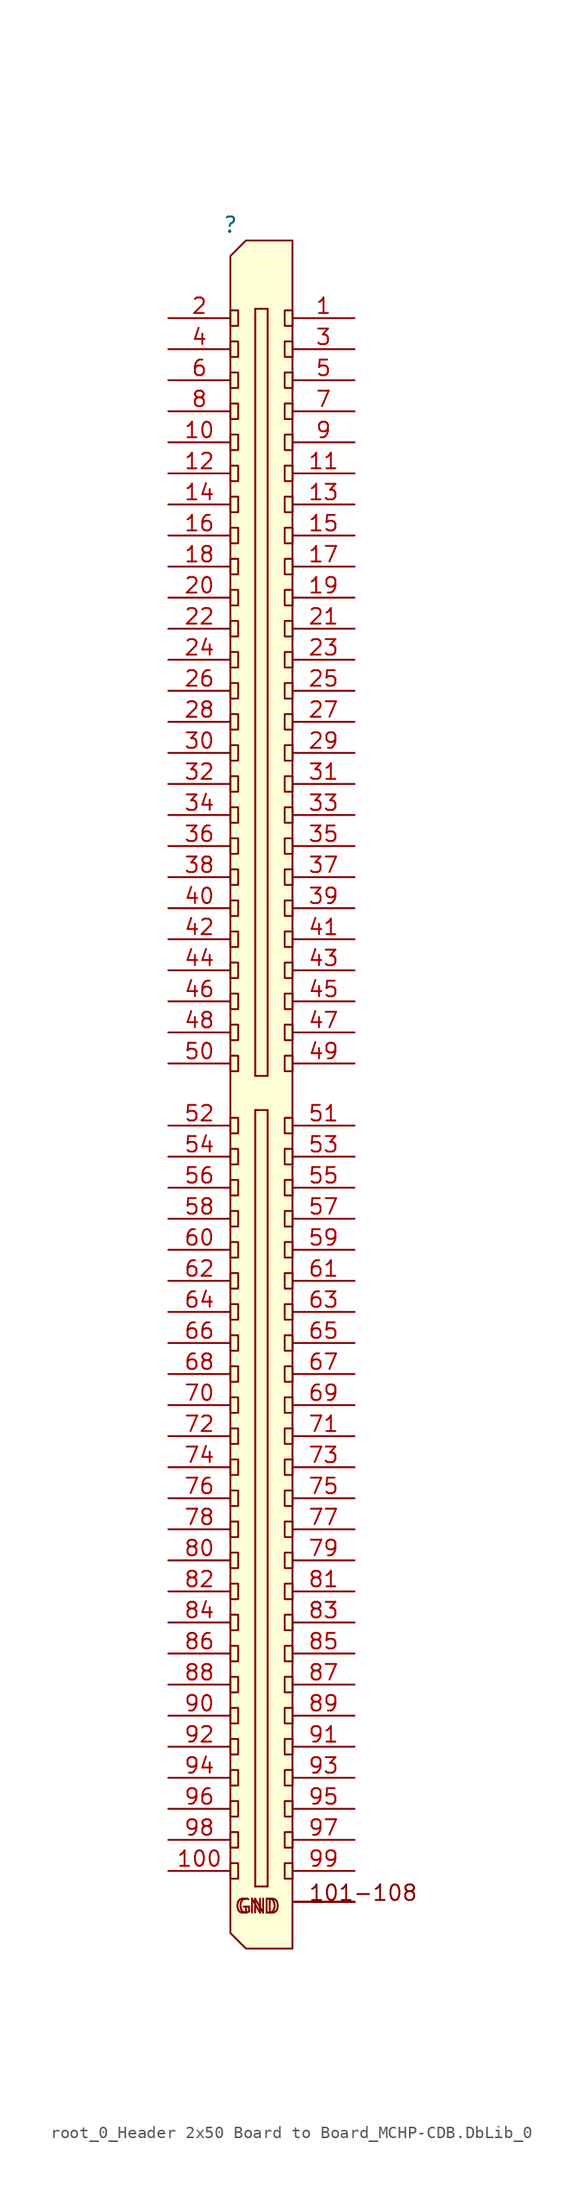
<source format=kicad_sym>
(kicad_symbol_lib
  (version 20241209)
  (generator "kicad_symbol_editor")
  (generator_version "9.0")
  (symbol "root_0_Header 2x50 Board to Board_MCHP-CDB.DbLib_0"
    (pin_names
      (hide yes))
    (property "Reference" ""
      (at 0 0 0)
      (effects (font (size 1.27 1.27))))
    (property "Value" ""
      (at 0 0 0)
      (effects (font (size 1.27 1.27))))
    (symbol "root_0_Header 2x50 Board to Board_MCHP-CDB.DbLib_0_1_0"
      (rectangle (start 0.635 -6.985) (end 0 -8.255) (stroke (width 0) (type solid) (color 128 0 0 1)) (fill (type none)))
      (rectangle (start 0.635 -9.525) (end 0 -10.795) (stroke (width 0) (type solid) (color 128 0 0 1)) (fill (type none)))
      (rectangle (start 0.635 -12.065) (end 0 -13.335) (stroke (width 0) (type solid) (color 128 0 0 1)) (fill (type none)))
      (rectangle (start 0.635 -14.605) (end 0 -15.875) (stroke (width 0) (type solid) (color 128 0 0 1)) (fill (type none)))
      (rectangle (start 0.635 -17.145) (end 0 -18.415) (stroke (width 0) (type solid) (color 128 0 0 1)) (fill (type none)))
      (rectangle (start 0.635 -19.685) (end 0 -20.955) (stroke (width 0) (type solid) (color 128 0 0 1)) (fill (type none)))
      (rectangle (start 0.635 -22.225) (end 0 -23.495) (stroke (width 0) (type solid) (color 128 0 0 1)) (fill (type none)))
      (rectangle (start 0.635 -24.765) (end 0 -26.035) (stroke (width 0) (type solid) (color 128 0 0 1)) (fill (type none)))
      (rectangle (start 0.635 -27.305) (end 0 -28.575) (stroke (width 0) (type solid) (color 128 0 0 1)) (fill (type none)))
      (rectangle (start 0.635 -29.845) (end 0 -31.115) (stroke (width 0) (type solid) (color 128 0 0 1)) (fill (type none)))
      (rectangle (start 0.635 -32.385) (end 0 -33.655) (stroke (width 0) (type solid) (color 128 0 0 1)) (fill (type none)))
      (rectangle (start 0.635 -34.925) (end 0 -36.195) (stroke (width 0) (type solid) (color 128 0 0 1)) (fill (type none)))
      (rectangle (start 0.635 -37.465) (end 0 -38.735) (stroke (width 0) (type solid) (color 128 0 0 1)) (fill (type none)))
      (rectangle (start 0.635 -40.005) (end 0 -41.275) (stroke (width 0) (type solid) (color 128 0 0 1)) (fill (type none)))
      (rectangle (start 0.635 -42.545) (end 0 -43.815) (stroke (width 0) (type solid) (color 128 0 0 1)) (fill (type none)))
      (rectangle (start 0.635 -45.085) (end 0 -46.355) (stroke (width 0) (type solid) (color 128 0 0 1)) (fill (type none)))
      (rectangle (start 0.635 -47.625) (end 0 -48.895) (stroke (width 0) (type solid) (color 128 0 0 1)) (fill (type none)))
      (rectangle (start 0.635 -50.165) (end 0 -51.435) (stroke (width 0) (type solid) (color 128 0 0 1)) (fill (type none)))
      (rectangle (start 0.635 -52.705) (end 0 -53.975) (stroke (width 0) (type solid) (color 128 0 0 1)) (fill (type none)))
      (rectangle (start 0.635 -55.245) (end 0 -56.515) (stroke (width 0) (type solid) (color 128 0 0 1)) (fill (type none)))
      (rectangle (start 0.635 -57.785) (end 0 -59.055) (stroke (width 0) (type solid) (color 128 0 0 1)) (fill (type none)))
      (rectangle (start 0.635 -60.325) (end 0 -61.595) (stroke (width 0) (type solid) (color 128 0 0 1)) (fill (type none)))
      (rectangle (start 0.635 -62.865) (end 0 -64.135) (stroke (width 0) (type solid) (color 128 0 0 1)) (fill (type none)))
      (rectangle (start 0.635 -65.405) (end 0 -66.675) (stroke (width 0) (type solid) (color 128 0 0 1)) (fill (type none)))
      (rectangle (start 0.635 -67.945) (end 0 -69.215) (stroke (width 0) (type solid) (color 128 0 0 1)) (fill (type none)))
      (rectangle (start 0.635 -73.025) (end 0 -74.295) (stroke (width 0) (type solid) (color 128 0 0 1)) (fill (type none)))
      (rectangle (start 0.635 -75.565) (end 0 -76.835) (stroke (width 0) (type solid) (color 128 0 0 1)) (fill (type none)))
      (rectangle (start 0.635 -78.105) (end 0 -79.375) (stroke (width 0) (type solid) (color 128 0 0 1)) (fill (type none)))
      (rectangle (start 0.635 -80.645) (end 0 -81.915) (stroke (width 0) (type solid) (color 128 0 0 1)) (fill (type none)))
      (rectangle (start 0.635 -83.185) (end 0 -84.455) (stroke (width 0) (type solid) (color 128 0 0 1)) (fill (type none)))
      (rectangle (start 0.635 -85.725) (end 0 -86.995) (stroke (width 0) (type solid) (color 128 0 0 1)) (fill (type none)))
      (rectangle (start 0.635 -88.265) (end 0 -89.535) (stroke (width 0) (type solid) (color 128 0 0 1)) (fill (type none)))
      (rectangle (start 0.635 -90.805) (end 0 -92.075) (stroke (width 0) (type solid) (color 128 0 0 1)) (fill (type none)))
      (rectangle (start 0.635 -93.345) (end 0 -94.615) (stroke (width 0) (type solid) (color 128 0 0 1)) (fill (type none)))
      (rectangle (start 0.635 -95.885) (end 0 -97.155) (stroke (width 0) (type solid) (color 128 0 0 1)) (fill (type none)))
      (rectangle (start 0.635 -98.425) (end 0 -99.695) (stroke (width 0) (type solid) (color 128 0 0 1)) (fill (type none)))
      (rectangle (start 0.635 -100.965) (end 0 -102.235) (stroke (width 0) (type solid) (color 128 0 0 1)) (fill (type none)))
      (rectangle (start 0.635 -103.505) (end 0 -104.775) (stroke (width 0) (type solid) (color 128 0 0 1)) (fill (type none)))
      (rectangle (start 0.635 -106.045) (end 0 -107.315) (stroke (width 0) (type solid) (color 128 0 0 1)) (fill (type none)))
      (rectangle (start 0.635 -108.585) (end 0 -109.855) (stroke (width 0) (type solid) (color 128 0 0 1)) (fill (type none)))
      (rectangle (start 0.635 -111.125) (end 0 -112.395) (stroke (width 0) (type solid) (color 128 0 0 1)) (fill (type none)))
      (rectangle (start 0.635 -113.665) (end 0 -114.935) (stroke (width 0) (type solid) (color 128 0 0 1)) (fill (type none)))
      (rectangle (start 0.635 -116.205) (end 0 -117.475) (stroke (width 0) (type solid) (color 128 0 0 1)) (fill (type none)))
      (rectangle (start 0.635 -118.745) (end 0 -120.015) (stroke (width 0) (type solid) (color 128 0 0 1)) (fill (type none)))
      (rectangle (start 0.635 -121.285) (end 0 -122.555) (stroke (width 0) (type solid) (color 128 0 0 1)) (fill (type none)))
      (rectangle (start 0.635 -123.825) (end 0 -125.095) (stroke (width 0) (type solid) (color 128 0 0 1)) (fill (type none)))
      (rectangle (start 0.635 -126.365) (end 0 -127.635) (stroke (width 0) (type solid) (color 128 0 0 1)) (fill (type none)))
      (rectangle (start 0.635 -128.905) (end 0 -130.175) (stroke (width 0) (type solid) (color 128 0 0 1)) (fill (type none)))
      (rectangle (start 0.635 -131.445) (end 0 -132.715) (stroke (width 0) (type solid) (color 128 0 0 1)) (fill (type none)))
      (rectangle (start 0.635 -133.985) (end 0 -135.255) (stroke (width 0) (type solid) (color 128 0 0 1)) (fill (type none)))
      (polyline (pts (xy 2.032 -6.858) (xy 2.032 -69.596)) (stroke (width 0) (type solid) (color 128 0 0 1)) (fill (type none)))
      (polyline (pts (xy 2.032 -72.39) (xy 2.032 -135.89)) (stroke (width 0) (type solid) (color 128 0 0 1)) (fill (type none)))
      (polyline (pts (xy 3.048 -6.858) (xy 2.032 -6.858)) (stroke (width 0) (type solid) (color 128 0 0 1)) (fill (type none)))
      (polyline (pts (xy 3.048 -6.858) (xy 3.048 -69.596)) (stroke (width 0) (type solid) (color 128 0 0 1)) (fill (type none)))
      (polyline (pts (xy 3.048 -69.596) (xy 2.032 -69.596)) (stroke (width 0) (type solid) (color 128 0 0 1)) (fill (type none)))
      (polyline (pts (xy 3.048 -72.39) (xy 2.032 -72.39)) (stroke (width 0) (type solid) (color 128 0 0 1)) (fill (type none)))
      (polyline (pts (xy 3.048 -72.39) (xy 3.048 -135.89)) (stroke (width 0) (type solid) (color 128 0 0 1)) (fill (type none)))
      (polyline (pts (xy 3.048 -135.89) (xy 2.032 -135.89)) (stroke (width 0) (type solid) (color 128 0 0 1)) (fill (type none)))
      (polyline (pts (xy 5.08 -1.27) (xy 1.27 -1.27) (xy 0 -2.54) (xy 0 -139.7) (xy 1.27 -140.97) (xy 5.08 -140.97) (xy 5.08 -137.668) (xy 5.08 -1.27)) (stroke (width 0) (type solid) (color 128 0 0 1)) (fill (type color) (color 255 255 176 0.5)))
      (rectangle (start 5.08 -6.985) (end 4.445 -8.255) (stroke (width 0) (type solid) (color 128 0 0 1)) (fill (type none)))
      (rectangle (start 5.08 -9.525) (end 4.445 -10.795) (stroke (width 0) (type solid) (color 128 0 0 1)) (fill (type none)))
      (rectangle (start 5.08 -12.065) (end 4.445 -13.335) (stroke (width 0) (type solid) (color 128 0 0 1)) (fill (type none)))
      (rectangle (start 5.08 -14.605) (end 4.445 -15.875) (stroke (width 0) (type solid) (color 128 0 0 1)) (fill (type none)))
      (rectangle (start 5.08 -17.145) (end 4.445 -18.415) (stroke (width 0) (type solid) (color 128 0 0 1)) (fill (type none)))
      (rectangle (start 5.08 -19.685) (end 4.445 -20.955) (stroke (width 0) (type solid) (color 128 0 0 1)) (fill (type none)))
      (rectangle (start 5.08 -22.225) (end 4.445 -23.495) (stroke (width 0) (type solid) (color 128 0 0 1)) (fill (type none)))
      (rectangle (start 5.08 -24.765) (end 4.445 -26.035) (stroke (width 0) (type solid) (color 128 0 0 1)) (fill (type none)))
      (rectangle (start 5.08 -27.305) (end 4.445 -28.575) (stroke (width 0) (type solid) (color 128 0 0 1)) (fill (type none)))
      (rectangle (start 5.08 -29.845) (end 4.445 -31.115) (stroke (width 0) (type solid) (color 128 0 0 1)) (fill (type none)))
      (rectangle (start 5.08 -32.385) (end 4.445 -33.655) (stroke (width 0) (type solid) (color 128 0 0 1)) (fill (type none)))
      (rectangle (start 5.08 -34.925) (end 4.445 -36.195) (stroke (width 0) (type solid) (color 128 0 0 1)) (fill (type none)))
      (rectangle (start 5.08 -37.465) (end 4.445 -38.735) (stroke (width 0) (type solid) (color 128 0 0 1)) (fill (type none)))
      (rectangle (start 5.08 -40.005) (end 4.445 -41.275) (stroke (width 0) (type solid) (color 128 0 0 1)) (fill (type none)))
      (rectangle (start 5.08 -42.545) (end 4.445 -43.815) (stroke (width 0) (type solid) (color 128 0 0 1)) (fill (type none)))
      (rectangle (start 5.08 -45.085) (end 4.445 -46.355) (stroke (width 0) (type solid) (color 128 0 0 1)) (fill (type none)))
      (rectangle (start 5.08 -47.625) (end 4.445 -48.895) (stroke (width 0) (type solid) (color 128 0 0 1)) (fill (type none)))
      (rectangle (start 5.08 -50.165) (end 4.445 -51.435) (stroke (width 0) (type solid) (color 128 0 0 1)) (fill (type none)))
      (rectangle (start 5.08 -52.705) (end 4.445 -53.975) (stroke (width 0) (type solid) (color 128 0 0 1)) (fill (type none)))
      (rectangle (start 5.08 -55.245) (end 4.445 -56.515) (stroke (width 0) (type solid) (color 128 0 0 1)) (fill (type none)))
      (rectangle (start 5.08 -57.785) (end 4.445 -59.055) (stroke (width 0) (type solid) (color 128 0 0 1)) (fill (type none)))
      (rectangle (start 5.08 -60.325) (end 4.445 -61.595) (stroke (width 0) (type solid) (color 128 0 0 1)) (fill (type none)))
      (rectangle (start 5.08 -62.865) (end 4.445 -64.135) (stroke (width 0) (type solid) (color 128 0 0 1)) (fill (type none)))
      (rectangle (start 5.08 -65.405) (end 4.445 -66.675) (stroke (width 0) (type solid) (color 128 0 0 1)) (fill (type none)))
      (rectangle (start 5.08 -67.945) (end 4.445 -69.215) (stroke (width 0) (type solid) (color 128 0 0 1)) (fill (type none)))
      (rectangle (start 5.08 -73.025) (end 4.445 -74.295) (stroke (width 0) (type solid) (color 128 0 0 1)) (fill (type none)))
      (rectangle (start 5.08 -75.565) (end 4.445 -76.835) (stroke (width 0) (type solid) (color 128 0 0 1)) (fill (type none)))
      (rectangle (start 5.08 -78.105) (end 4.445 -79.375) (stroke (width 0) (type solid) (color 128 0 0 1)) (fill (type none)))
      (rectangle (start 5.08 -80.645) (end 4.445 -81.915) (stroke (width 0) (type solid) (color 128 0 0 1)) (fill (type none)))
      (rectangle (start 5.08 -83.185) (end 4.445 -84.455) (stroke (width 0) (type solid) (color 128 0 0 1)) (fill (type none)))
      (rectangle (start 5.08 -85.725) (end 4.445 -86.995) (stroke (width 0) (type solid) (color 128 0 0 1)) (fill (type none)))
      (rectangle (start 5.08 -88.265) (end 4.445 -89.535) (stroke (width 0) (type solid) (color 128 0 0 1)) (fill (type none)))
      (rectangle (start 5.08 -90.805) (end 4.445 -92.075) (stroke (width 0) (type solid) (color 128 0 0 1)) (fill (type none)))
      (rectangle (start 5.08 -93.345) (end 4.445 -94.615) (stroke (width 0) (type solid) (color 128 0 0 1)) (fill (type none)))
      (rectangle (start 5.08 -95.885) (end 4.445 -97.155) (stroke (width 0) (type solid) (color 128 0 0 1)) (fill (type none)))
      (rectangle (start 5.08 -98.425) (end 4.445 -99.695) (stroke (width 0) (type solid) (color 128 0 0 1)) (fill (type none)))
      (rectangle (start 5.08 -100.965) (end 4.445 -102.235) (stroke (width 0) (type solid) (color 128 0 0 1)) (fill (type none)))
      (rectangle (start 5.08 -103.505) (end 4.445 -104.775) (stroke (width 0) (type solid) (color 128 0 0 1)) (fill (type none)))
      (rectangle (start 5.08 -106.045) (end 4.445 -107.315) (stroke (width 0) (type solid) (color 128 0 0 1)) (fill (type none)))
      (rectangle (start 5.08 -108.585) (end 4.445 -109.855) (stroke (width 0) (type solid) (color 128 0 0 1)) (fill (type none)))
      (rectangle (start 5.08 -111.125) (end 4.445 -112.395) (stroke (width 0) (type solid) (color 128 0 0 1)) (fill (type none)))
      (rectangle (start 5.08 -113.665) (end 4.445 -114.935) (stroke (width 0) (type solid) (color 128 0 0 1)) (fill (type none)))
      (rectangle (start 5.08 -116.205) (end 4.445 -117.475) (stroke (width 0) (type solid) (color 128 0 0 1)) (fill (type none)))
      (rectangle (start 5.08 -118.745) (end 4.445 -120.015) (stroke (width 0) (type solid) (color 128 0 0 1)) (fill (type none)))
      (rectangle (start 5.08 -121.285) (end 4.445 -122.555) (stroke (width 0) (type solid) (color 128 0 0 1)) (fill (type none)))
      (rectangle (start 5.08 -123.825) (end 4.445 -125.095) (stroke (width 0) (type solid) (color 128 0 0 1)) (fill (type none)))
      (rectangle (start 5.08 -126.365) (end 4.445 -127.635) (stroke (width 0) (type solid) (color 128 0 0 1)) (fill (type none)))
      (rectangle (start 5.08 -128.905) (end 4.445 -130.175) (stroke (width 0) (type solid) (color 128 0 0 1)) (fill (type none)))
      (rectangle (start 5.08 -131.445) (end 4.445 -132.715) (stroke (width 0) (type solid) (color 128 0 0 1)) (fill (type none)))
      (rectangle (start 5.08 -133.985) (end 4.445 -135.255) (stroke (width 0) (type solid) (color 128 0 0 1)) (fill (type none)))
      (text "GND" (at 0.254 -138.176 0) (effects (font (size 1.143 1.143)) (justify left bottom)))
      (text "GND" (at 0.508 -138.176 0) (effects (font (size 1.143 1.143)) (justify left bottom)))
      (text "101-108" (at 6.35 -137.16 0) (effects (font (size 1.27 1.27)) (justify left bottom)))
      (pin passive line (at -5.08 -7.62 0) (length 5.08) (name "2" (effects (font (size 1.27 1.27)))) (number "2" (effects (font (size 1.27 1.27)))))
      (pin passive line (at -5.08 -10.16 0) (length 5.08) (name "4" (effects (font (size 1.27 1.27)))) (number "4" (effects (font (size 1.27 1.27)))))
      (pin passive line (at -5.08 -12.7 0) (length 5.08) (name "6" (effects (font (size 1.27 1.27)))) (number "6" (effects (font (size 1.27 1.27)))))
      (pin passive line (at -5.08 -15.24 0) (length 5.08) (name "8" (effects (font (size 1.27 1.27)))) (number "8" (effects (font (size 1.27 1.27)))))
      (pin passive line (at -5.08 -17.78 0) (length 5.08) (name "10" (effects (font (size 1.27 1.27)))) (number "10" (effects (font (size 1.27 1.27)))))
      (pin passive line (at -5.08 -20.32 0) (length 5.08) (name "12" (effects (font (size 1.27 1.27)))) (number "12" (effects (font (size 1.27 1.27)))))
      (pin passive line (at -5.08 -22.86 0) (length 5.08) (name "14" (effects (font (size 1.27 1.27)))) (number "14" (effects (font (size 1.27 1.27)))))
      (pin passive line (at -5.08 -25.4 0) (length 5.08) (name "16" (effects (font (size 1.27 1.27)))) (number "16" (effects (font (size 1.27 1.27)))))
      (pin passive line (at -5.08 -27.94 0) (length 5.08) (name "18" (effects (font (size 1.27 1.27)))) (number "18" (effects (font (size 1.27 1.27)))))
      (pin passive line (at -5.08 -30.48 0) (length 5.08) (name "20" (effects (font (size 1.27 1.27)))) (number "20" (effects (font (size 1.27 1.27)))))
      (pin passive line (at -5.08 -33.02 0) (length 5.08) (name "22" (effects (font (size 1.27 1.27)))) (number "22" (effects (font (size 1.27 1.27)))))
      (pin passive line (at -5.08 -35.56 0) (length 5.08) (name "24" (effects (font (size 1.27 1.27)))) (number "24" (effects (font (size 1.27 1.27)))))
      (pin passive line (at -5.08 -38.1 0) (length 5.08) (name "26" (effects (font (size 1.27 1.27)))) (number "26" (effects (font (size 1.27 1.27)))))
      (pin passive line (at -5.08 -40.64 0) (length 5.08) (name "28" (effects (font (size 1.27 1.27)))) (number "28" (effects (font (size 1.27 1.27)))))
      (pin passive line (at -5.08 -43.18 0) (length 5.08) (name "30" (effects (font (size 1.27 1.27)))) (number "30" (effects (font (size 1.27 1.27)))))
      (pin passive line (at -5.08 -45.72 0) (length 5.08) (name "32" (effects (font (size 1.27 1.27)))) (number "32" (effects (font (size 1.27 1.27)))))
      (pin passive line (at -5.08 -48.26 0) (length 5.08) (name "34" (effects (font (size 1.27 1.27)))) (number "34" (effects (font (size 1.27 1.27)))))
      (pin passive line (at -5.08 -50.8 0) (length 5.08) (name "36" (effects (font (size 1.27 1.27)))) (number "36" (effects (font (size 1.27 1.27)))))
      (pin passive line (at -5.08 -53.34 0) (length 5.08) (name "38" (effects (font (size 1.27 1.27)))) (number "38" (effects (font (size 1.27 1.27)))))
      (pin passive line (at -5.08 -55.88 0) (length 5.08) (name "40" (effects (font (size 1.27 1.27)))) (number "40" (effects (font (size 1.27 1.27)))))
      (pin passive line (at -5.08 -58.42 0) (length 5.08) (name "42" (effects (font (size 1.27 1.27)))) (number "42" (effects (font (size 1.27 1.27)))))
      (pin passive line (at -5.08 -60.96 0) (length 5.08) (name "44" (effects (font (size 1.27 1.27)))) (number "44" (effects (font (size 1.27 1.27)))))
      (pin passive line (at -5.08 -63.5 0) (length 5.08) (name "46" (effects (font (size 1.27 1.27)))) (number "46" (effects (font (size 1.27 1.27)))))
      (pin passive line (at -5.08 -66.04 0) (length 5.08) (name "48" (effects (font (size 1.27 1.27)))) (number "48" (effects (font (size 1.27 1.27)))))
      (pin passive line (at -5.08 -68.58 0) (length 5.08) (name "50" (effects (font (size 1.27 1.27)))) (number "50" (effects (font (size 1.27 1.27)))))
      (pin passive line (at -5.08 -73.66 0) (length 5.08) (name "52" (effects (font (size 1.27 1.27)))) (number "52" (effects (font (size 1.27 1.27)))))
      (pin passive line (at -5.08 -76.2 0) (length 5.08) (name "54" (effects (font (size 1.27 1.27)))) (number "54" (effects (font (size 1.27 1.27)))))
      (pin passive line (at -5.08 -78.74 0) (length 5.08) (name "56" (effects (font (size 1.27 1.27)))) (number "56" (effects (font (size 1.27 1.27)))))
      (pin passive line (at -5.08 -81.28 0) (length 5.08) (name "58" (effects (font (size 1.27 1.27)))) (number "58" (effects (font (size 1.27 1.27)))))
      (pin passive line (at -5.08 -83.82 0) (length 5.08) (name "60" (effects (font (size 1.27 1.27)))) (number "60" (effects (font (size 1.27 1.27)))))
      (pin passive line (at -5.08 -86.36 0) (length 5.08) (name "62" (effects (font (size 1.27 1.27)))) (number "62" (effects (font (size 1.27 1.27)))))
      (pin passive line (at -5.08 -88.9 0) (length 5.08) (name "64" (effects (font (size 1.27 1.27)))) (number "64" (effects (font (size 1.27 1.27)))))
      (pin passive line (at -5.08 -91.44 0) (length 5.08) (name "66" (effects (font (size 1.27 1.27)))) (number "66" (effects (font (size 1.27 1.27)))))
      (pin passive line (at -5.08 -93.98 0) (length 5.08) (name "68" (effects (font (size 1.27 1.27)))) (number "68" (effects (font (size 1.27 1.27)))))
      (pin passive line (at -5.08 -96.52 0) (length 5.08) (name "70" (effects (font (size 1.27 1.27)))) (number "70" (effects (font (size 1.27 1.27)))))
      (pin passive line (at -5.08 -99.06 0) (length 5.08) (name "72" (effects (font (size 1.27 1.27)))) (number "72" (effects (font (size 1.27 1.27)))))
      (pin passive line (at -5.08 -101.6 0) (length 5.08) (name "74" (effects (font (size 1.27 1.27)))) (number "74" (effects (font (size 1.27 1.27)))))
      (pin passive line (at -5.08 -104.14 0) (length 5.08) (name "76" (effects (font (size 1.27 1.27)))) (number "76" (effects (font (size 1.27 1.27)))))
      (pin passive line (at -5.08 -106.68 0) (length 5.08) (name "78" (effects (font (size 1.27 1.27)))) (number "78" (effects (font (size 1.27 1.27)))))
      (pin passive line (at -5.08 -109.22 0) (length 5.08) (name "80" (effects (font (size 1.27 1.27)))) (number "80" (effects (font (size 1.27 1.27)))))
      (pin passive line (at -5.08 -111.76 0) (length 5.08) (name "82" (effects (font (size 1.27 1.27)))) (number "82" (effects (font (size 1.27 1.27)))))
      (pin passive line (at -5.08 -114.3 0) (length 5.08) (name "84" (effects (font (size 1.27 1.27)))) (number "84" (effects (font (size 1.27 1.27)))))
      (pin passive line (at -5.08 -116.84 0) (length 5.08) (name "86" (effects (font (size 1.27 1.27)))) (number "86" (effects (font (size 1.27 1.27)))))
      (pin passive line (at -5.08 -119.38 0) (length 5.08) (name "88" (effects (font (size 1.27 1.27)))) (number "88" (effects (font (size 1.27 1.27)))))
      (pin passive line (at -5.08 -121.92 0) (length 5.08) (name "90" (effects (font (size 1.27 1.27)))) (number "90" (effects (font (size 1.27 1.27)))))
      (pin passive line (at -5.08 -124.46 0) (length 5.08) (name "92" (effects (font (size 1.27 1.27)))) (number "92" (effects (font (size 1.27 1.27)))))
      (pin passive line (at -5.08 -127 0) (length 5.08) (name "94" (effects (font (size 1.27 1.27)))) (number "94" (effects (font (size 1.27 1.27)))))
      (pin passive line (at -5.08 -129.54 0) (length 5.08) (name "96" (effects (font (size 1.27 1.27)))) (number "96" (effects (font (size 1.27 1.27)))))
      (pin passive line (at -5.08 -132.08 0) (length 5.08) (name "98" (effects (font (size 1.27 1.27)))) (number "98" (effects (font (size 1.27 1.27)))))
      (pin passive line (at -5.08 -134.62 0) (length 5.08) (name "100" (effects (font (size 1.27 1.27)))) (number "100" (effects (font (size 1.27 1.27)))))
      (pin passive line (at 10.16 -7.62 180) (length 5.08) (name "1" (effects (font (size 1.27 1.27)))) (number "1" (effects (font (size 1.27 1.27)))))
      (pin passive line (at 10.16 -10.16 180) (length 5.08) (name "3" (effects (font (size 1.27 1.27)))) (number "3" (effects (font (size 1.27 1.27)))))
      (pin passive line (at 10.16 -12.7 180) (length 5.08) (name "5" (effects (font (size 1.27 1.27)))) (number "5" (effects (font (size 1.27 1.27)))))
      (pin passive line (at 10.16 -15.24 180) (length 5.08) (name "7" (effects (font (size 1.27 1.27)))) (number "7" (effects (font (size 1.27 1.27)))))
      (pin passive line (at 10.16 -17.78 180) (length 5.08) (name "9" (effects (font (size 1.27 1.27)))) (number "9" (effects (font (size 1.27 1.27)))))
      (pin passive line (at 10.16 -20.32 180) (length 5.08) (name "11" (effects (font (size 1.27 1.27)))) (number "11" (effects (font (size 1.27 1.27)))))
      (pin passive line (at 10.16 -22.86 180) (length 5.08) (name "13" (effects (font (size 1.27 1.27)))) (number "13" (effects (font (size 1.27 1.27)))))
      (pin passive line (at 10.16 -25.4 180) (length 5.08) (name "15" (effects (font (size 1.27 1.27)))) (number "15" (effects (font (size 1.27 1.27)))))
      (pin passive line (at 10.16 -27.94 180) (length 5.08) (name "17" (effects (font (size 1.27 1.27)))) (number "17" (effects (font (size 1.27 1.27)))))
      (pin passive line (at 10.16 -30.48 180) (length 5.08) (name "19" (effects (font (size 1.27 1.27)))) (number "19" (effects (font (size 1.27 1.27)))))
      (pin passive line (at 10.16 -33.02 180) (length 5.08) (name "21" (effects (font (size 1.27 1.27)))) (number "21" (effects (font (size 1.27 1.27)))))
      (pin passive line (at 10.16 -35.56 180) (length 5.08) (name "23" (effects (font (size 1.27 1.27)))) (number "23" (effects (font (size 1.27 1.27)))))
      (pin passive line (at 10.16 -38.1 180) (length 5.08) (name "25" (effects (font (size 1.27 1.27)))) (number "25" (effects (font (size 1.27 1.27)))))
      (pin passive line (at 10.16 -40.64 180) (length 5.08) (name "27" (effects (font (size 1.27 1.27)))) (number "27" (effects (font (size 1.27 1.27)))))
      (pin passive line (at 10.16 -43.18 180) (length 5.08) (name "29" (effects (font (size 1.27 1.27)))) (number "29" (effects (font (size 1.27 1.27)))))
      (pin passive line (at 10.16 -45.72 180) (length 5.08) (name "31" (effects (font (size 1.27 1.27)))) (number "31" (effects (font (size 1.27 1.27)))))
      (pin passive line (at 10.16 -48.26 180) (length 5.08) (name "33" (effects (font (size 1.27 1.27)))) (number "33" (effects (font (size 1.27 1.27)))))
      (pin passive line (at 10.16 -50.8 180) (length 5.08) (name "35" (effects (font (size 1.27 1.27)))) (number "35" (effects (font (size 1.27 1.27)))))
      (pin passive line (at 10.16 -53.34 180) (length 5.08) (name "37" (effects (font (size 1.27 1.27)))) (number "37" (effects (font (size 1.27 1.27)))))
      (pin passive line (at 10.16 -55.88 180) (length 5.08) (name "39" (effects (font (size 1.27 1.27)))) (number "39" (effects (font (size 1.27 1.27)))))
      (pin passive line (at 10.16 -58.42 180) (length 5.08) (name "41" (effects (font (size 1.27 1.27)))) (number "41" (effects (font (size 1.27 1.27)))))
      (pin passive line (at 10.16 -60.96 180) (length 5.08) (name "43" (effects (font (size 1.27 1.27)))) (number "43" (effects (font (size 1.27 1.27)))))
      (pin passive line (at 10.16 -63.5 180) (length 5.08) (name "45" (effects (font (size 1.27 1.27)))) (number "45" (effects (font (size 1.27 1.27)))))
      (pin passive line (at 10.16 -66.04 180) (length 5.08) (name "47" (effects (font (size 1.27 1.27)))) (number "47" (effects (font (size 1.27 1.27)))))
      (pin passive line (at 10.16 -68.58 180) (length 5.08) (name "49" (effects (font (size 1.27 1.27)))) (number "49" (effects (font (size 1.27 1.27)))))
      (pin passive line (at 10.16 -73.66 180) (length 5.08) (name "51" (effects (font (size 1.27 1.27)))) (number "51" (effects (font (size 1.27 1.27)))))
      (pin passive line (at 10.16 -76.2 180) (length 5.08) (name "53" (effects (font (size 1.27 1.27)))) (number "53" (effects (font (size 1.27 1.27)))))
      (pin passive line (at 10.16 -78.74 180) (length 5.08) (name "55" (effects (font (size 1.27 1.27)))) (number "55" (effects (font (size 1.27 1.27)))))
      (pin passive line (at 10.16 -81.28 180) (length 5.08) (name "57" (effects (font (size 1.27 1.27)))) (number "57" (effects (font (size 1.27 1.27)))))
      (pin passive line (at 10.16 -83.82 180) (length 5.08) (name "59" (effects (font (size 1.27 1.27)))) (number "59" (effects (font (size 1.27 1.27)))))
      (pin passive line (at 10.16 -86.36 180) (length 5.08) (name "61" (effects (font (size 1.27 1.27)))) (number "61" (effects (font (size 1.27 1.27)))))
      (pin passive line (at 10.16 -88.9 180) (length 5.08) (name "63" (effects (font (size 1.27 1.27)))) (number "63" (effects (font (size 1.27 1.27)))))
      (pin passive line (at 10.16 -91.44 180) (length 5.08) (name "65" (effects (font (size 1.27 1.27)))) (number "65" (effects (font (size 1.27 1.27)))))
      (pin passive line (at 10.16 -93.98 180) (length 5.08) (name "67" (effects (font (size 1.27 1.27)))) (number "67" (effects (font (size 1.27 1.27)))))
      (pin passive line (at 10.16 -96.52 180) (length 5.08) (name "69" (effects (font (size 1.27 1.27)))) (number "69" (effects (font (size 1.27 1.27)))))
      (pin passive line (at 10.16 -99.06 180) (length 5.08) (name "71" (effects (font (size 1.27 1.27)))) (number "71" (effects (font (size 1.27 1.27)))))
      (pin passive line (at 10.16 -101.6 180) (length 5.08) (name "73" (effects (font (size 1.27 1.27)))) (number "73" (effects (font (size 1.27 1.27)))))
      (pin passive line (at 10.16 -104.14 180) (length 5.08) (name "75" (effects (font (size 1.27 1.27)))) (number "75" (effects (font (size 1.27 1.27)))))
      (pin passive line (at 10.16 -106.68 180) (length 5.08) (name "77" (effects (font (size 1.27 1.27)))) (number "77" (effects (font (size 1.27 1.27)))))
      (pin passive line (at 10.16 -109.22 180) (length 5.08) (name "79" (effects (font (size 1.27 1.27)))) (number "79" (effects (font (size 1.27 1.27)))))
      (pin passive line (at 10.16 -111.76 180) (length 5.08) (name "81" (effects (font (size 1.27 1.27)))) (number "81" (effects (font (size 1.27 1.27)))))
      (pin passive line (at 10.16 -114.3 180) (length 5.08) (name "83" (effects (font (size 1.27 1.27)))) (number "83" (effects (font (size 1.27 1.27)))))
      (pin passive line (at 10.16 -116.84 180) (length 5.08) (name "85" (effects (font (size 1.27 1.27)))) (number "85" (effects (font (size 1.27 1.27)))))
      (pin passive line (at 10.16 -119.38 180) (length 5.08) (name "87" (effects (font (size 1.27 1.27)))) (number "87" (effects (font (size 1.27 1.27)))))
      (pin passive line (at 10.16 -121.92 180) (length 5.08) (name "89" (effects (font (size 1.27 1.27)))) (number "89" (effects (font (size 1.27 1.27)))))
      (pin passive line (at 10.16 -124.46 180) (length 5.08) (name "91" (effects (font (size 1.27 1.27)))) (number "91" (effects (font (size 1.27 1.27)))))
      (pin passive line (at 10.16 -127 180) (length 5.08) (name "93" (effects (font (size 1.27 1.27)))) (number "93" (effects (font (size 1.27 1.27)))))
      (pin passive line (at 10.16 -129.54 180) (length 5.08) (name "95" (effects (font (size 1.27 1.27)))) (number "95" (effects (font (size 1.27 1.27)))))
      (pin passive line (at 10.16 -132.08 180) (length 5.08) (name "97" (effects (font (size 1.27 1.27)))) (number "97" (effects (font (size 1.27 1.27)))))
      (pin passive line (at 10.16 -134.62 180) (length 5.08) (name "99" (effects (font (size 1.27 1.27)))) (number "99" (effects (font (size 1.27 1.27)))))
      (pin passive line (at 10.16 -137.16 180) (length 5.08) (name "101" (effects (font (size 1.27 1.27)))) (number "101" (effects (font (size 0 0)))))
      (pin passive line (at 10.16 -137.16 180) (length 5.08) (name "102" (effects (font (size 1.27 1.27)))) (number "102" (effects (font (size 0 0)))))
      (pin passive line (at 10.16 -137.16 180) (length 5.08) (name "103" (effects (font (size 1.27 1.27)))) (number "103" (effects (font (size 0 0)))))
      (pin passive line (at 10.16 -137.16 180) (length 5.08) (name "104" (effects (font (size 1.27 1.27)))) (number "104" (effects (font (size 0 0)))))
      (pin passive line (at 10.16 -137.16 180) (length 5.08) (name "105" (effects (font (size 1.27 1.27)))) (number "105" (effects (font (size 0 0)))))
      (pin passive line (at 10.16 -137.16 180) (length 5.08) (name "106" (effects (font (size 1.27 1.27)))) (number "106" (effects (font (size 0 0)))))
      (pin passive line (at 10.16 -137.16 180) (length 5.08) (name "107" (effects (font (size 1.27 1.27)))) (number "107" (effects (font (size 0 0)))))
      (pin passive line (at 10.16 -137.16 180) (length 5.08) (name "108" (effects (font (size 1.27 1.27)))) (number "108" (effects (font (size 0 0))))))))
</source>
